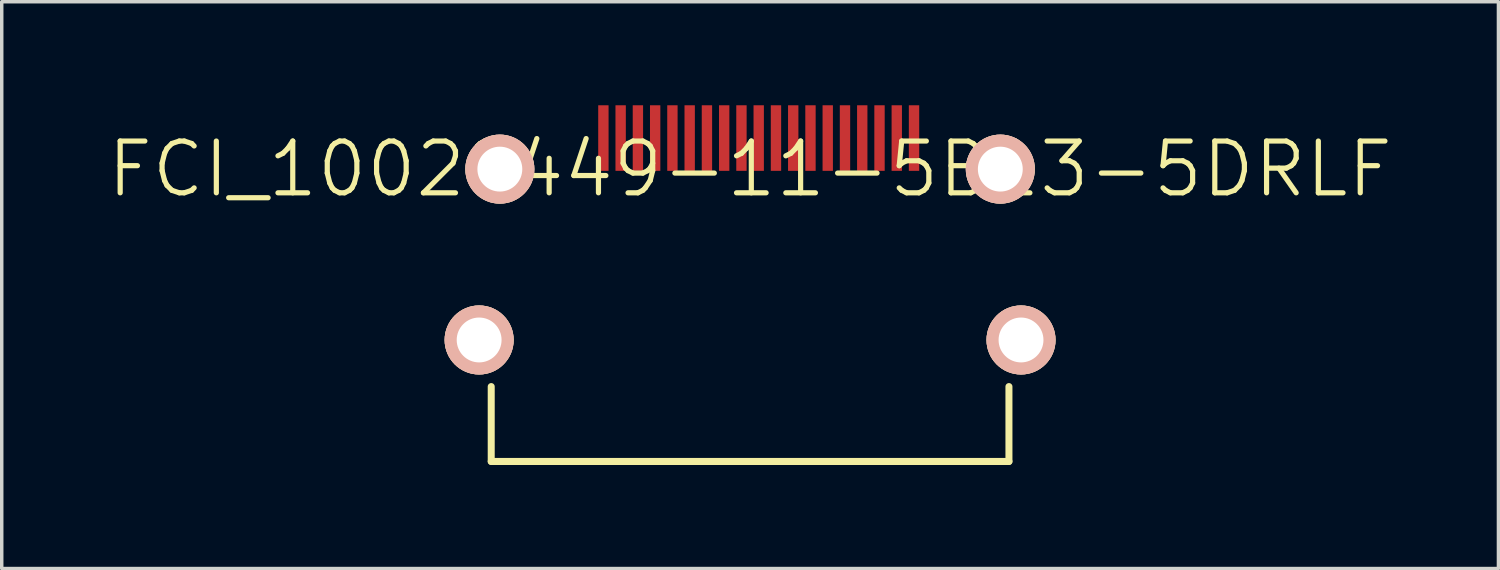
<source format=kicad_pcb>
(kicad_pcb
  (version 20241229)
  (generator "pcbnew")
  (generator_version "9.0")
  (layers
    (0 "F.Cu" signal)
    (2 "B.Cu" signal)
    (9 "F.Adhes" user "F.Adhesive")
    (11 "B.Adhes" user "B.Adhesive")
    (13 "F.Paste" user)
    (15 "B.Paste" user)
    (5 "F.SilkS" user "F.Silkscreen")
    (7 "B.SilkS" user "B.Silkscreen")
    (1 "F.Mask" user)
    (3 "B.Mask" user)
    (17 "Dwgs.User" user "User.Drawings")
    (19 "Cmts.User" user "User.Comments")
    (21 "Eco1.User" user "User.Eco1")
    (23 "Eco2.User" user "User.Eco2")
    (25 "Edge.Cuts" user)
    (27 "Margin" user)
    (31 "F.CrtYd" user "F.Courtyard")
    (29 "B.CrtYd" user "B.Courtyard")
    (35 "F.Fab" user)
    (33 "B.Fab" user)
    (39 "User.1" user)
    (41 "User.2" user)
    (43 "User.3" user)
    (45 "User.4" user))
  (footprint "FCI_10029449-11-5B13-5DRLF"
    (layer "F.Cu")
    (at 18.682 1.85)
    (property "Reference" "FCI_10029449-11-5B13-5DRLF" (at 0 0 0) (layer "F.SilkS") (effects (font (size 1.5 1.5) (thickness 0.15))))
    (attr through_hole)
    (fp_line (start -7.5 8.47) (end -7.5 6.3) (stroke (width 0.203) (type solid)) (layer "F.SilkS"))
    (fp_line (start 7.5 8.47) (end -7.5 8.47) (stroke (width 0.203) (type solid)) (layer "F.SilkS"))
    (fp_line (start 7.5 8.47) (end 7.5 6.3) (stroke (width 0.203) (type solid)) (layer "F.SilkS"))
    (pad "1" smd rect (at 4.75 -0.9) (size 0.3 1.9) (layers "F.Cu" "F.Mask" "F.Paste"))
    (pad "2" smd rect (at 4.25 -0.9) (size 0.3 1.9) (layers "F.Cu" "F.Mask" "F.Paste"))
    (pad "3" smd rect (at 3.75 -0.9) (size 0.3 1.9) (layers "F.Cu" "F.Mask" "F.Paste"))
    (pad "4" smd rect (at 3.25 -0.9) (size 0.3 1.9) (layers "F.Cu" "F.Mask" "F.Paste"))
    (pad "5" smd rect (at 2.75 -0.9) (size 0.3 1.9) (layers "F.Cu" "F.Mask" "F.Paste"))
    (pad "6" smd rect (at 2.25 -0.9) (size 0.3 1.9) (layers "F.Cu" "F.Mask" "F.Paste"))
    (pad "7" smd rect (at 1.75 -0.9) (size 0.3 1.9) (layers "F.Cu" "F.Mask" "F.Paste"))
    (pad "8" smd rect (at 1.25 -0.9) (size 0.3 1.9) (layers "F.Cu" "F.Mask" "F.Paste"))
    (pad "9" smd rect (at 0.75 -0.9) (size 0.3 1.9) (layers "F.Cu" "F.Mask" "F.Paste"))
    (pad "10" smd rect (at 0.25 -0.9) (size 0.3 1.9) (layers "F.Cu" "F.Mask" "F.Paste"))
    (pad "11" smd rect (at -0.25 -0.9) (size 0.3 1.9) (layers "F.Cu" "F.Mask" "F.Paste"))
    (pad "12" smd rect (at -0.75 -0.9) (size 0.3 1.9) (layers "F.Cu" "F.Mask" "F.Paste"))
    (pad "13" smd rect (at -1.25 -0.9) (size 0.3 1.9) (layers "F.Cu" "F.Mask" "F.Paste"))
    (pad "14" smd rect (at -1.75 -0.9) (size 0.3 1.9) (layers "F.Cu" "F.Mask" "F.Paste"))
    (pad "15" smd rect (at -2.25 -0.9) (size 0.3 1.9) (layers "F.Cu" "F.Mask" "F.Paste"))
    (pad "16" smd rect (at -2.75 -0.9) (size 0.3 1.9) (layers "F.Cu" "F.Mask" "F.Paste"))
    (pad "17" smd rect (at -3.25 -0.9) (size 0.3 1.9) (layers "F.Cu" "F.Mask" "F.Paste"))
    (pad "18" smd rect (at -3.75 -0.9) (size 0.3 1.9) (layers "F.Cu" "F.Mask" "F.Paste"))
    (pad "19" smd rect (at -4.25 -0.9) (size 0.3 1.9) (layers "F.Cu" "F.Mask" "F.Paste"))
    (pad "SHLD" thru_hole circle (at -7.85 4.95) (size 2 2) (drill 1.3) (layers "*.Cu" "*.SilkS" "*.Mask"))
    (pad "SHLD" thru_hole circle (at -7.25 0) (size 2 2) (drill 1.3) (layers "*.Cu" "*.SilkS" "*.Mask"))
    (pad "SHLD" thru_hole circle (at 7.25 0) (size 2 2) (drill 1.3) (layers "*.Cu" "*.SilkS" "*.Mask"))
    (pad "SHLD" thru_hole circle (at 7.85 4.95) (size 2 2) (drill 1.3) (layers "*.Cu" "*.SilkS" "*.Mask")))
  (gr_rect
    (start -3 -3)
    (end 40.364 13.422)
    (stroke (width 0.1) (type default))
    (fill no)
    (layer "Edge.Cuts")))
</source>
